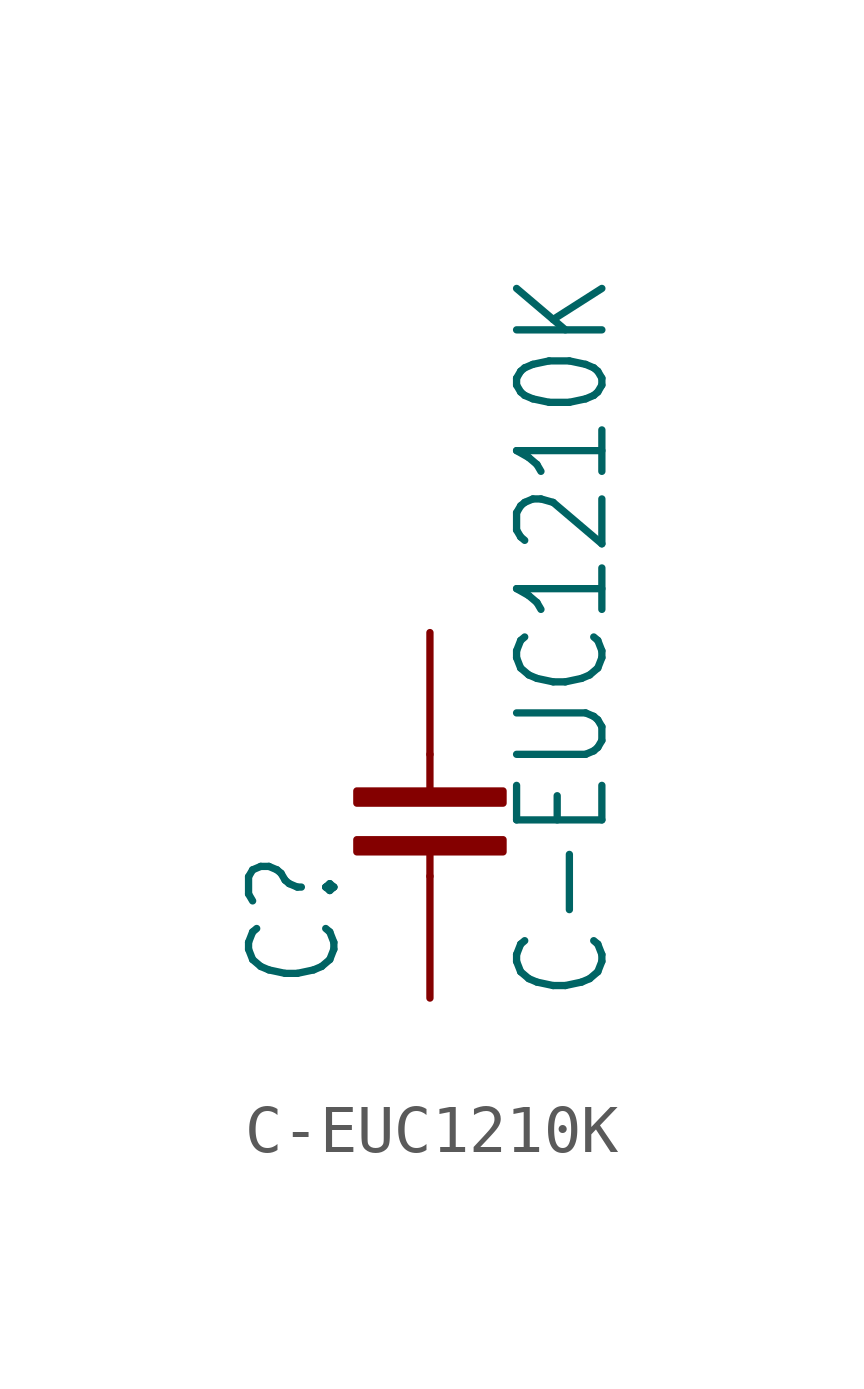
<source format=kicad_sym>
(kicad_symbol_lib
  (version 20211014)
  (generator kicad_symbol_editor)
  (symbol "C-EUC1210K"
    (property "Reference" "C"
      (at -1.778 -4.953 90)
      (effects (font (size 1.778 1.511)) (justify left bottom)))
    (property "Value" "C-EUC1210K"
      (at 3.81 -5.207 90)
      (effects (font (size 1.778 1.511)) (justify left bottom)))
    (property "ki_locked" ""
      (at 0 0 0)
      (effects (font (size 1.27 1.27))))
    (symbol "C-EUC1210K_1_0"
      (rectangle (start -1.524 -2.032) (end 1.524 -1.778) (stroke (width 0) (type default) (color 0 0 0 0)) (fill (type outline)))
      (rectangle (start -1.524 -1.016) (end 1.524 -0.762) (stroke (width 0) (type default) (color 0 0 0 0)) (fill (type outline)))
      (polyline (pts (xy 0 -2.54) (xy 0 -2.032)) (stroke (width 0.152) (type default) (color 0 0 0 0)) (fill (type none)))
      (polyline (pts (xy 0 0) (xy 0 -0.762)) (stroke (width 0.152) (type default) (color 0 0 0 0)) (fill (type none)))
      (pin passive line (at 0 2.54 270) (length 2.54) (name "1" (effects (font (size 0 0)))) (number "1" (effects (font (size 0 0)))))
      (pin passive line (at 0 -5.08 90) (length 2.54) (name "2" (effects (font (size 0 0)))) (number "2" (effects (font (size 0 0))))))))
</source>
